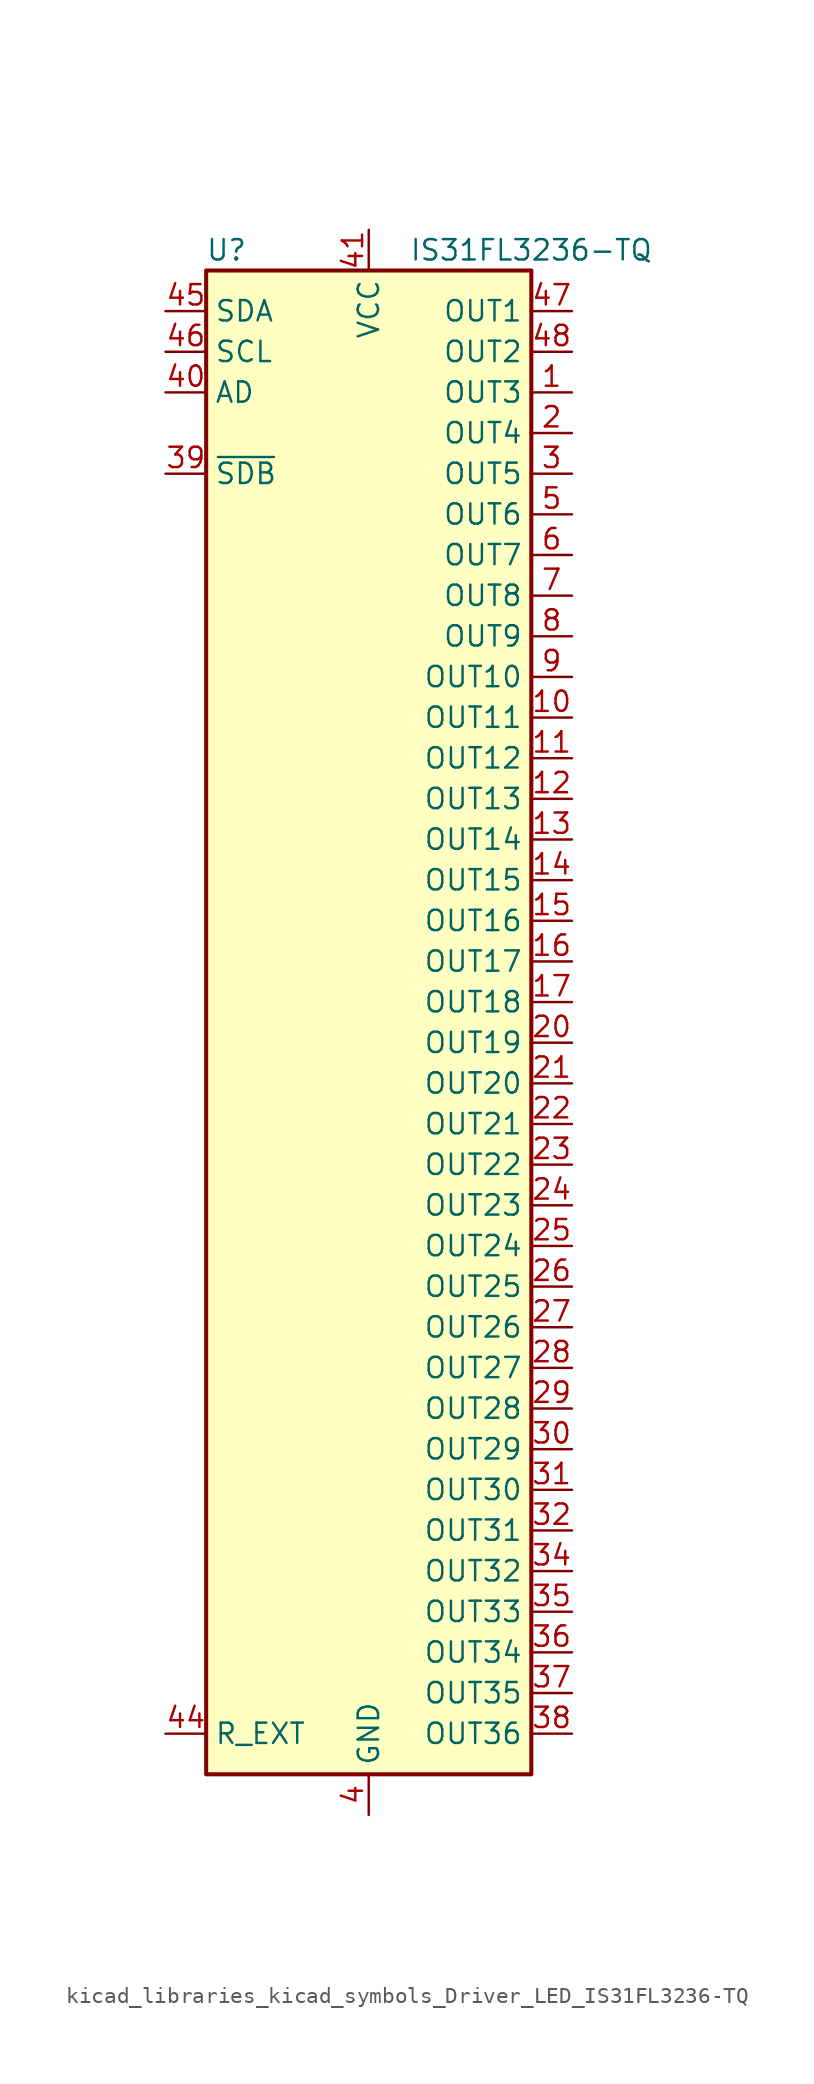
<source format=kicad_sym>
(kicad_symbol_lib
  (version 20220914)
  (generator kicad_symbol_editor)
  (symbol "kicad_libraries_kicad_symbols_Driver_LED_IS31FL3236-TQ"
    (property "Reference" "U"
      (at -8.89 46.99 0)
      (effects (font (size 1.27 1.27))))
    (property "Value" "IS31FL3236-TQ"
      (at 10.16 46.99 0)
      (effects (font (size 1.27 1.27))))
    (symbol "kicad_libraries_kicad_symbols_Driver_LED_IS31FL3236-TQ_0_1"
      (rectangle (start -10.16 45.72) (end 10.16 -48.26) (stroke (width 0.254) (type default)) (fill (type background))))
    (symbol "kicad_libraries_kicad_symbols_Driver_LED_IS31FL3236-TQ_1_1"
      (pin output line (at 12.7 38.1 180) (length 2.54) (name "OUT3" (effects (font (size 1.27 1.27)))) (number "1" (effects (font (size 1.27 1.27)))))
      (pin output line (at 12.7 17.78 180) (length 2.54) (name "OUT11" (effects (font (size 1.27 1.27)))) (number "10" (effects (font (size 1.27 1.27)))))
      (pin output line (at 12.7 15.24 180) (length 2.54) (name "OUT12" (effects (font (size 1.27 1.27)))) (number "11" (effects (font (size 1.27 1.27)))))
      (pin output line (at 12.7 12.7 180) (length 2.54) (name "OUT13" (effects (font (size 1.27 1.27)))) (number "12" (effects (font (size 1.27 1.27)))))
      (pin output line (at 12.7 10.16 180) (length 2.54) (name "OUT14" (effects (font (size 1.27 1.27)))) (number "13" (effects (font (size 1.27 1.27)))))
      (pin output line (at 12.7 7.62 180) (length 2.54) (name "OUT15" (effects (font (size 1.27 1.27)))) (number "14" (effects (font (size 1.27 1.27)))))
      (pin output line (at 12.7 5.08 180) (length 2.54) (name "OUT16" (effects (font (size 1.27 1.27)))) (number "15" (effects (font (size 1.27 1.27)))))
      (pin output line (at 12.7 2.54 180) (length 2.54) (name "OUT17" (effects (font (size 1.27 1.27)))) (number "16" (effects (font (size 1.27 1.27)))))
      (pin output line (at 12.7 0 180) (length 2.54) (name "OUT18" (effects (font (size 1.27 1.27)))) (number "17" (effects (font (size 1.27 1.27)))))
      (pin passive line (at 0 -50.8 90) (length 2.54) hide (name "GND" (effects (font (size 1.27 1.27)))) (number "18" (effects (font (size 1.27 1.27)))))
      (pin passive line (at 0 -50.8 90) (length 2.54) hide (name "GND" (effects (font (size 1.27 1.27)))) (number "19" (effects (font (size 1.27 1.27)))))
      (pin output line (at 12.7 35.56 180) (length 2.54) (name "OUT4" (effects (font (size 1.27 1.27)))) (number "2" (effects (font (size 1.27 1.27)))))
      (pin output line (at 12.7 -2.54 180) (length 2.54) (name "OUT19" (effects (font (size 1.27 1.27)))) (number "20" (effects (font (size 1.27 1.27)))))
      (pin output line (at 12.7 -5.08 180) (length 2.54) (name "OUT20" (effects (font (size 1.27 1.27)))) (number "21" (effects (font (size 1.27 1.27)))))
      (pin output line (at 12.7 -7.62 180) (length 2.54) (name "OUT21" (effects (font (size 1.27 1.27)))) (number "22" (effects (font (size 1.27 1.27)))))
      (pin output line (at 12.7 -10.16 180) (length 2.54) (name "OUT22" (effects (font (size 1.27 1.27)))) (number "23" (effects (font (size 1.27 1.27)))))
      (pin output line (at 12.7 -12.7 180) (length 2.54) (name "OUT23" (effects (font (size 1.27 1.27)))) (number "24" (effects (font (size 1.27 1.27)))))
      (pin output line (at 12.7 -15.24 180) (length 2.54) (name "OUT24" (effects (font (size 1.27 1.27)))) (number "25" (effects (font (size 1.27 1.27)))))
      (pin output line (at 12.7 -17.78 180) (length 2.54) (name "OUT25" (effects (font (size 1.27 1.27)))) (number "26" (effects (font (size 1.27 1.27)))))
      (pin output line (at 12.7 -20.32 180) (length 2.54) (name "OUT26" (effects (font (size 1.27 1.27)))) (number "27" (effects (font (size 1.27 1.27)))))
      (pin output line (at 12.7 -22.86 180) (length 2.54) (name "OUT27" (effects (font (size 1.27 1.27)))) (number "28" (effects (font (size 1.27 1.27)))))
      (pin output line (at 12.7 -25.4 180) (length 2.54) (name "OUT28" (effects (font (size 1.27 1.27)))) (number "29" (effects (font (size 1.27 1.27)))))
      (pin output line (at 12.7 33.02 180) (length 2.54) (name "OUT5" (effects (font (size 1.27 1.27)))) (number "3" (effects (font (size 1.27 1.27)))))
      (pin output line (at 12.7 -27.94 180) (length 2.54) (name "OUT29" (effects (font (size 1.27 1.27)))) (number "30" (effects (font (size 1.27 1.27)))))
      (pin output line (at 12.7 -30.48 180) (length 2.54) (name "OUT30" (effects (font (size 1.27 1.27)))) (number "31" (effects (font (size 1.27 1.27)))))
      (pin output line (at 12.7 -33.02 180) (length 2.54) (name "OUT31" (effects (font (size 1.27 1.27)))) (number "32" (effects (font (size 1.27 1.27)))))
      (pin passive line (at 0 -50.8 90) (length 2.54) hide (name "GND" (effects (font (size 1.27 1.27)))) (number "33" (effects (font (size 1.27 1.27)))))
      (pin output line (at 12.7 -35.56 180) (length 2.54) (name "OUT32" (effects (font (size 1.27 1.27)))) (number "34" (effects (font (size 1.27 1.27)))))
      (pin output line (at 12.7 -38.1 180) (length 2.54) (name "OUT33" (effects (font (size 1.27 1.27)))) (number "35" (effects (font (size 1.27 1.27)))))
      (pin output line (at 12.7 -40.64 180) (length 2.54) (name "OUT34" (effects (font (size 1.27 1.27)))) (number "36" (effects (font (size 1.27 1.27)))))
      (pin output line (at 12.7 -43.18 180) (length 2.54) (name "OUT35" (effects (font (size 1.27 1.27)))) (number "37" (effects (font (size 1.27 1.27)))))
      (pin output line (at 12.7 -45.72 180) (length 2.54) (name "OUT36" (effects (font (size 1.27 1.27)))) (number "38" (effects (font (size 1.27 1.27)))))
      (pin input line (at -12.7 33.02 0) (length 2.54) (name "~{SDB}" (effects (font (size 1.27 1.27)))) (number "39" (effects (font (size 1.27 1.27)))))
      (pin power_in line (at 0 -50.8 90) (length 2.54) (name "GND" (effects (font (size 1.27 1.27)))) (number "4" (effects (font (size 1.27 1.27)))))
      (pin input line (at -12.7 38.1 0) (length 2.54) (name "AD" (effects (font (size 1.27 1.27)))) (number "40" (effects (font (size 1.27 1.27)))))
      (pin power_in line (at 0 48.26 270) (length 2.54) (name "VCC" (effects (font (size 1.27 1.27)))) (number "41" (effects (font (size 1.27 1.27)))))
      (pin passive line (at 0 -50.8 90) (length 2.54) hide (name "GND" (effects (font (size 1.27 1.27)))) (number "42" (effects (font (size 1.27 1.27)))))
      (pin passive line (at 0 -50.8 90) (length 2.54) hide (name "GND" (effects (font (size 1.27 1.27)))) (number "43" (effects (font (size 1.27 1.27)))))
      (pin passive line (at -12.7 -45.72 0) (length 2.54) (name "R_EXT" (effects (font (size 1.27 1.27)))) (number "44" (effects (font (size 1.27 1.27)))))
      (pin open_collector line (at -12.7 43.18 0) (length 2.54) (name "SDA" (effects (font (size 1.27 1.27)))) (number "45" (effects (font (size 1.27 1.27)))))
      (pin input line (at -12.7 40.64 0) (length 2.54) (name "SCL" (effects (font (size 1.27 1.27)))) (number "46" (effects (font (size 1.27 1.27)))))
      (pin output line (at 12.7 43.18 180) (length 2.54) (name "OUT1" (effects (font (size 1.27 1.27)))) (number "47" (effects (font (size 1.27 1.27)))))
      (pin output line (at 12.7 40.64 180) (length 2.54) (name "OUT2" (effects (font (size 1.27 1.27)))) (number "48" (effects (font (size 1.27 1.27)))))
      (pin passive line (at 0 -50.8 90) (length 2.54) hide (name "GND" (effects (font (size 1.27 1.27)))) (number "49" (effects (font (size 1.27 1.27)))))
      (pin output line (at 12.7 30.48 180) (length 2.54) (name "OUT6" (effects (font (size 1.27 1.27)))) (number "5" (effects (font (size 1.27 1.27)))))
      (pin output line (at 12.7 27.94 180) (length 2.54) (name "OUT7" (effects (font (size 1.27 1.27)))) (number "6" (effects (font (size 1.27 1.27)))))
      (pin output line (at 12.7 25.4 180) (length 2.54) (name "OUT8" (effects (font (size 1.27 1.27)))) (number "7" (effects (font (size 1.27 1.27)))))
      (pin output line (at 12.7 22.86 180) (length 2.54) (name "OUT9" (effects (font (size 1.27 1.27)))) (number "8" (effects (font (size 1.27 1.27)))))
      (pin output line (at 12.7 20.32 180) (length 2.54) (name "OUT10" (effects (font (size 1.27 1.27)))) (number "9" (effects (font (size 1.27 1.27))))))))
</source>
